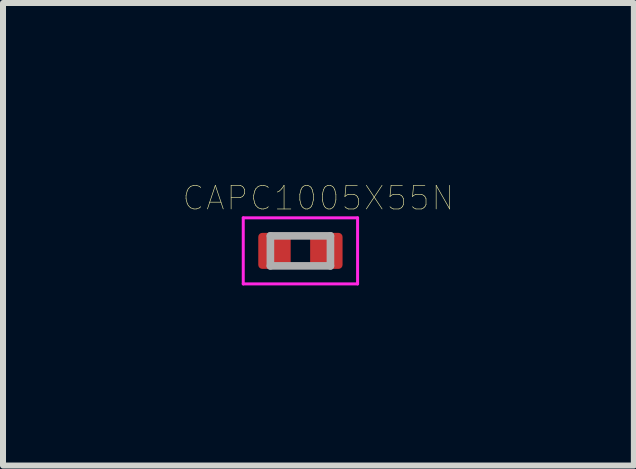
<source format=kicad_pcb>
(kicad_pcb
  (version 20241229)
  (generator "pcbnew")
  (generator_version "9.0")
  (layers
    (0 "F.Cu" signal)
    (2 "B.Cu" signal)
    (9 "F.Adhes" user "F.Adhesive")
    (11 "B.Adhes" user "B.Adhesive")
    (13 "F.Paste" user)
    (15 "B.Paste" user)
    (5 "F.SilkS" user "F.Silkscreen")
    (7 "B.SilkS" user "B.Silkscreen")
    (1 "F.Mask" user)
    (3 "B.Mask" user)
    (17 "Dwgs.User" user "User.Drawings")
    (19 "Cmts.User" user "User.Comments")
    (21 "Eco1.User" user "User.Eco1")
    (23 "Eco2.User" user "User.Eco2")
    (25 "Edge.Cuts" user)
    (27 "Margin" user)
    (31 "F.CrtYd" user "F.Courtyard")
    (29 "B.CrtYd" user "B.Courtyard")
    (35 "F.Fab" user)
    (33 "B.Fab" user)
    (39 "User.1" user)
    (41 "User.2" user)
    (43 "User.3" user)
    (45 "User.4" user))
  (footprint "CAPC1005X55N"
    (layer "F.Cu")
    (at 1.953 1.128)
    (property "Reference" "CAPC1005X55N" (at 0.3 -0.88 0) (layer "F.SilkS") (effects (font (size 0.394 0.394) (thickness 0.01))))
    (attr smd)
    (fp_line (start -0.952 -0.55) (end 0.952 -0.55) (stroke (width 0.05) (type solid)) (layer "F.CrtYd"))
    (fp_line (start -0.952 0.55) (end -0.952 -0.55) (stroke (width 0.05) (type solid)) (layer "F.CrtYd"))
    (fp_line (start -0.952 0.55) (end 0.952 0.55) (stroke (width 0.05) (type solid)) (layer "F.CrtYd"))
    (fp_line (start 0.952 0.55) (end 0.952 -0.55) (stroke (width 0.05) (type solid)) (layer "F.CrtYd"))
    (fp_line (start -0.5 0.25) (end -0.5 -0.25) (stroke (width 0.127) (type solid)) (layer "F.Fab"))
    (fp_line (start 0.5 -0.25) (end -0.5 -0.25) (stroke (width 0.127) (type solid)) (layer "F.Fab"))
    (fp_line (start 0.5 0.25) (end -0.5 0.25) (stroke (width 0.127) (type solid)) (layer "F.Fab"))
    (fp_line (start 0.5 0.25) (end 0.5 -0.25) (stroke (width 0.127) (type solid)) (layer "F.Fab"))
    (pad "1" smd roundrect (at -0.432 0) (size 0.54 0.6) (layers "F.Cu" "F.Mask" "F.Paste") (roundrect_rratio 0.125))
    (pad "2" smd roundrect (at 0.432 0) (size 0.54 0.6) (layers "F.Cu" "F.Mask" "F.Paste") (roundrect_rratio 0.125)))
  (gr_rect
    (start -3 -3)
    (end 7.506 4.703)
    (stroke (width 0.1) (type default))
    (fill no)
    (layer "Edge.Cuts")))
</source>
